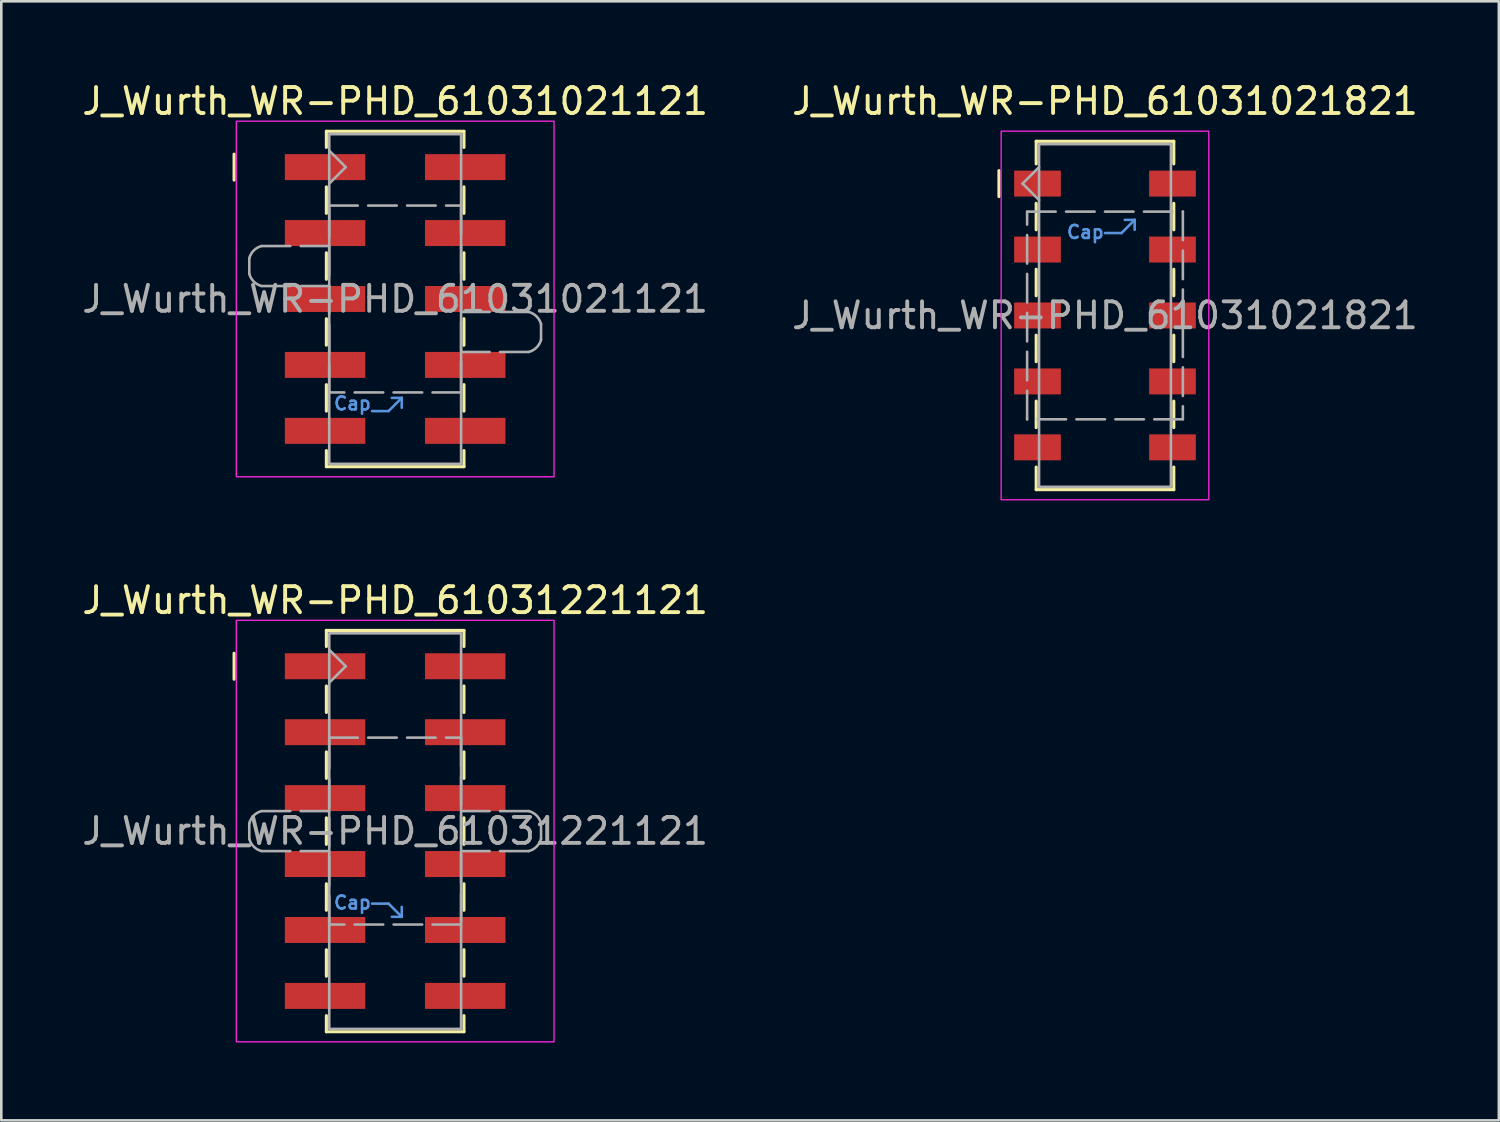
<source format=kicad_pcb>
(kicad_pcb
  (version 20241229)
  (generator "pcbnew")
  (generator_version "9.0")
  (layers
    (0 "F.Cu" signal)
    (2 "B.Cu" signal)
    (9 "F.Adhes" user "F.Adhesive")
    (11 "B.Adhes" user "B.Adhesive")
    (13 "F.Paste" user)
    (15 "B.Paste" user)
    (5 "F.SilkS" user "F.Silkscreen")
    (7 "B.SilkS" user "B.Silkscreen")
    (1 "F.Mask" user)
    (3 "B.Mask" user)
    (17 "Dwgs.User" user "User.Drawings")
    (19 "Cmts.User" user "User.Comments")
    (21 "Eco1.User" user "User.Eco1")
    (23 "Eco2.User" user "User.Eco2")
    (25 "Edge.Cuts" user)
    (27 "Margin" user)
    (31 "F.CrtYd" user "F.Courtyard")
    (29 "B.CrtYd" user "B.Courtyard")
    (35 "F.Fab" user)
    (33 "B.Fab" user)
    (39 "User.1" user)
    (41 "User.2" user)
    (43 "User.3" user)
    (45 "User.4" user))
  (footprint "J_Wurth_WR-PHD_61031021821"
    (layer "F.Cu")
    (at 39.518 9.103)
    (property "Reference" "J_Wurth_WR-PHD_61031021821" (at 0 -8.255 0) (unlocked yes) (layer "F.SilkS") (effects (font (size 1 1) (thickness 0.15))))
    (attr smd)
    (fp_line (start -4.085 -5.58) (end -4.085 -4.58) (stroke (width 0.12) (type solid)) (layer "F.SilkS"))
    (fp_line (start -2.65 -6.71) (end -2.65 -5.84) (stroke (width 0.12) (type solid)) (layer "F.SilkS"))
    (fp_line (start -2.65 -6.71) (end 2.65 -6.71) (stroke (width 0.12) (type solid)) (layer "F.SilkS"))
    (fp_line (start -2.65 -4.32) (end -2.65 -3.3) (stroke (width 0.12) (type solid)) (layer "F.SilkS"))
    (fp_line (start -2.65 -1.78) (end -2.65 -0.76) (stroke (width 0.12) (type solid)) (layer "F.SilkS"))
    (fp_line (start -2.65 0.76) (end -2.65 1.78) (stroke (width 0.12) (type solid)) (layer "F.SilkS"))
    (fp_line (start -2.65 3.3) (end -2.65 4.32) (stroke (width 0.12) (type solid)) (layer "F.SilkS"))
    (fp_line (start -2.65 5.84) (end -2.65 6.71) (stroke (width 0.12) (type solid)) (layer "F.SilkS"))
    (fp_line (start -2.65 6.71) (end 2.65 6.71) (stroke (width 0.12) (type solid)) (layer "F.SilkS"))
    (fp_line (start 2.65 -6.71) (end 2.65 -5.84) (stroke (width 0.12) (type solid)) (layer "F.SilkS"))
    (fp_line (start 2.65 -4.32) (end 2.65 -3.3) (stroke (width 0.12) (type solid)) (layer "F.SilkS"))
    (fp_line (start 2.65 -1.78) (end 2.65 -0.76) (stroke (width 0.12) (type solid)) (layer "F.SilkS"))
    (fp_line (start 2.65 0.76) (end 2.65 1.78) (stroke (width 0.12) (type solid)) (layer "F.SilkS"))
    (fp_line (start 2.65 3.3) (end 2.65 4.32) (stroke (width 0.12) (type solid)) (layer "F.SilkS"))
    (fp_line (start 2.65 5.84) (end 2.65 6.71) (stroke (width 0.12) (type solid)) (layer "F.SilkS"))
    (fp_line (start 0 -3.175) (end 0.635 -3.175) (stroke (width 0.1) (type default)) (layer "Cmts.User"))
    (fp_line (start 0.635 -3.175) (end 1.143 -3.683) (stroke (width 0.1) (type default)) (layer "Cmts.User"))
    (fp_line (start 1.143 -3.683) (end 0.762 -3.683) (stroke (width 0.1) (type default)) (layer "Cmts.User"))
    (fp_line (start 1.143 -3.683) (end 1.143 -3.302) (stroke (width 0.1) (type default)) (layer "Cmts.User"))
    (fp_rect (start -4 -7.1) (end 4 7.1) (stroke (width 0.05) (type solid)) (fill no) (layer "F.CrtYd"))
    (fp_line (start -3.175 -5.08) (end -2.54 -4.445) (stroke (width 0.1) (type default)) (layer "F.Fab"))
    (fp_line (start -2.54 -5.715) (end -3.175 -5.08) (stroke (width 0.1) (type default)) (layer "F.Fab"))
    (fp_rect (start -3 -4) (end 3 4) (stroke (width 0.1) (type dash)) (fill no) (layer "F.Fab"))
    (fp_rect (start -2.54 -6.6) (end 2.54 6.6) (stroke (width 0.1) (type solid)) (fill no) (layer "F.Fab"))
    (fp_text user "Cap" (at -1.524 -2.921 0) (unlocked yes) (layer "Cmts.User") (effects (font (size 0.5 0.5) (thickness 0.1) (bold yes)) (justify left bottom)))
    (fp_text user "${REFERENCE}" (at 0 0 0) (unlocked yes) (layer "F.Fab") (effects (font (size 1 1) (thickness 0.15))))
    (pad "1" smd rect (at -2.6 -5.08 270) (size 1 1.8) (layers "F.Cu" "F.Mask" "F.Paste"))
    (pad "2" smd rect (at 2.6 -5.08 270) (size 1 1.8) (layers "F.Cu" "F.Mask" "F.Paste"))
    (pad "3" smd rect (at -2.6 -2.54 270) (size 1 1.8) (layers "F.Cu" "F.Mask" "F.Paste"))
    (pad "4" smd rect (at 2.6 -2.54 270) (size 1 1.8) (layers "F.Cu" "F.Mask" "F.Paste"))
    (pad "5" smd rect (at -2.6 0 270) (size 1 1.8) (layers "F.Cu" "F.Mask" "F.Paste"))
    (pad "6" smd rect (at 2.6 0 270) (size 1 1.8) (layers "F.Cu" "F.Mask" "F.Paste"))
    (pad "7" smd rect (at -2.6 2.54 270) (size 1 1.8) (layers "F.Cu" "F.Mask" "F.Paste"))
    (pad "8" smd rect (at 2.6 2.54 270) (size 1 1.8) (layers "F.Cu" "F.Mask" "F.Paste"))
    (pad "9" smd rect (at -2.6 5.08 270) (size 1 1.8) (layers "F.Cu" "F.Mask" "F.Paste"))
    (pad "10" smd rect (at 2.6 5.08 270) (size 1 1.8) (layers "F.Cu" "F.Mask" "F.Paste")))
  (footprint "J_Wurth_WR-PHD_61031221121"
    (layer "F.Cu")
    (at 12.173 28.966)
    (property "Reference" "J_Wurth_WR-PHD_61031221121" (at 0 -8.89 0) (unlocked yes) (layer "F.SilkS") (effects (font (size 1 1) (thickness 0.15))))
    (attr smd)
    (fp_line (start -6.205 -6.85) (end -6.205 -5.85) (stroke (width 0.12) (type solid)) (layer "F.SilkS"))
    (fp_line (start -2.65 -7.11) (end -2.65 -7.73) (stroke (width 0.12) (type solid)) (layer "F.SilkS"))
    (fp_line (start -2.65 -5.59) (end -2.65 -4.57) (stroke (width 0.12) (type solid)) (layer "F.SilkS"))
    (fp_line (start -2.65 -3.05) (end -2.65 -2.03) (stroke (width 0.12) (type solid)) (layer "F.SilkS"))
    (fp_line (start -2.65 -0.51) (end -2.65 0.51) (stroke (width 0.12) (type solid)) (layer "F.SilkS"))
    (fp_line (start -2.65 2.03) (end -2.65 3.05) (stroke (width 0.12) (type solid)) (layer "F.SilkS"))
    (fp_line (start -2.65 4.57) (end -2.65 5.59) (stroke (width 0.12) (type solid)) (layer "F.SilkS"))
    (fp_line (start -2.65 7.11) (end -2.65 7.73) (stroke (width 0.12) (type solid)) (layer "F.SilkS"))
    (fp_line (start 2.65 -7.73) (end -2.65 -7.73) (stroke (width 0.12) (type solid)) (layer "F.SilkS"))
    (fp_line (start 2.65 -7.73) (end 2.65 -7.11) (stroke (width 0.12) (type solid)) (layer "F.SilkS"))
    (fp_line (start 2.65 -5.59) (end 2.65 -4.57) (stroke (width 0.12) (type solid)) (layer "F.SilkS"))
    (fp_line (start 2.65 -3.05) (end 2.65 -2.03) (stroke (width 0.12) (type solid)) (layer "F.SilkS"))
    (fp_line (start 2.65 -0.51) (end 2.65 0.51) (stroke (width 0.12) (type solid)) (layer "F.SilkS"))
    (fp_line (start 2.65 2.03) (end 2.65 3.05) (stroke (width 0.12) (type solid)) (layer "F.SilkS"))
    (fp_line (start 2.65 4.57) (end 2.65 5.59) (stroke (width 0.12) (type solid)) (layer "F.SilkS"))
    (fp_line (start 2.65 7.11) (end 2.65 7.73) (stroke (width 0.12) (type solid)) (layer "F.SilkS"))
    (fp_line (start 2.65 7.73) (end -2.65 7.73) (stroke (width 0.12) (type solid)) (layer "F.SilkS"))
    (fp_line (start -0.889 2.794) (end -0.254 2.794) (stroke (width 0.1) (type default)) (layer "Cmts.User"))
    (fp_line (start -0.254 2.794) (end 0.254 3.302) (stroke (width 0.1) (type default)) (layer "Cmts.User"))
    (fp_line (start 0.254 3.302) (end -0.127 3.302) (stroke (width 0.1) (type default)) (layer "Cmts.User"))
    (fp_line (start 0.254 3.302) (end 0.254 2.921) (stroke (width 0.1) (type default)) (layer "Cmts.User"))
    (fp_rect (start -6.12 -8.12) (end 6.12 8.12) (stroke (width 0.05) (type solid)) (fill no) (layer "F.CrtYd"))
    (fp_line (start -5.62 0.3) (end -5.62 -0.3) (stroke (width 0.1) (type solid)) (layer "F.Fab"))
    (fp_line (start -2.54 -6.985) (end -1.905 -6.35) (stroke (width 0.1) (type default)) (layer "F.Fab"))
    (fp_line (start -2.54 -0.77) (end -5.15 -0.77) (stroke (width 0.1) (type dash)) (layer "F.Fab"))
    (fp_line (start -2.54 0.77) (end -5.15 0.77) (stroke (width 0.1) (type dash)) (layer "F.Fab"))
    (fp_line (start -1.905 -6.35) (end -2.54 -5.715) (stroke (width 0.1) (type default)) (layer "F.Fab"))
    (fp_line (start 2.54 -0.77) (end 5.15 -0.77) (stroke (width 0.1) (type dash)) (layer "F.Fab"))
    (fp_line (start 2.54 0.77) (end 5.15 0.77) (stroke (width 0.1) (type dash)) (layer "F.Fab"))
    (fp_line (start 5.62 -0.3) (end 5.62 0.3) (stroke (width 0.1) (type solid)) (layer "F.Fab"))
    (fp_rect (start -2.54 -7.62) (end 2.54 7.62) (stroke (width 0.1) (type solid)) (fill no) (layer "F.Fab"))
    (fp_rect (start -2.54 -3.6) (end 2.54 3.6) (stroke (width 0.1) (type dash)) (fill no) (layer "F.Fab"))
    (fp_arc (start -5.62 -0.3) (mid -5.447968 -0.597968) (end -5.15 -0.770001) (stroke (width 0.1) (type default)) (layer "F.Fab"))
    (fp_arc (start -5.15 0.77) (mid -5.447968 0.597968) (end -5.620001 0.3) (stroke (width 0.1) (type default)) (layer "F.Fab"))
    (fp_arc (start 5.15 -0.77) (mid 5.447968 -0.597968) (end 5.620001 -0.3) (stroke (width 0.1) (type default)) (layer "F.Fab"))
    (fp_arc (start 5.62 0.3) (mid 5.447968 0.597968) (end 5.15 0.770001) (stroke (width 0.1) (type default)) (layer "F.Fab"))
    (fp_text user "Cap" (at -2.413 3.048 0) (unlocked yes) (layer "Cmts.User") (effects (font (size 0.5 0.5) (thickness 0.1) (bold yes)) (justify left bottom)))
    (fp_text user "${REFERENCE}" (at 0 0 0) (unlocked yes) (layer "F.Fab") (effects (font (size 1 1) (thickness 0.15))))
    (pad "1" smd rect (at -2.7 -6.35 270) (size 1 3.1) (layers "F.Cu" "F.Mask" "F.Paste"))
    (pad "2" smd rect (at 2.7 -6.35 270) (size 1 3.1) (layers "F.Cu" "F.Mask" "F.Paste"))
    (pad "3" smd rect (at -2.7 -3.81 270) (size 1 3.1) (layers "F.Cu" "F.Mask" "F.Paste"))
    (pad "4" smd rect (at 2.7 -3.81 270) (size 1 3.1) (layers "F.Cu" "F.Mask" "F.Paste"))
    (pad "5" smd rect (at -2.7 -1.27 270) (size 1 3.1) (layers "F.Cu" "F.Mask" "F.Paste"))
    (pad "6" smd rect (at 2.7 -1.27 270) (size 1 3.1) (layers "F.Cu" "F.Mask" "F.Paste"))
    (pad "7" smd rect (at -2.7 1.27 270) (size 1 3.1) (layers "F.Cu" "F.Mask" "F.Paste"))
    (pad "8" smd rect (at 2.7 1.27 270) (size 1 3.1) (layers "F.Cu" "F.Mask" "F.Paste"))
    (pad "9" smd rect (at -2.7 3.81 270) (size 1 3.1) (layers "F.Cu" "F.Mask" "F.Paste"))
    (pad "10" smd rect (at 2.7 3.81 270) (size 1 3.1) (layers "F.Cu" "F.Mask" "F.Paste"))
    (pad "11" smd rect (at -2.7 6.35 270) (size 1 3.1) (layers "F.Cu" "F.Mask" "F.Paste"))
    (pad "12" smd rect (at 2.7 6.35 270) (size 1 3.1) (layers "F.Cu" "F.Mask" "F.Paste")))
  (footprint "J_Wurth_WR-PHD_61031021121"
    (layer "F.Cu")
    (at 12.173 8.468)
    (property "Reference" "J_Wurth_WR-PHD_61031021121" (at 0 -7.62 0) (unlocked yes) (layer "F.SilkS") (effects (font (size 1 1) (thickness 0.15))))
    (attr smd)
    (fp_line (start -6.205 -5.58) (end -6.205 -4.58) (stroke (width 0.12) (type solid)) (layer "F.SilkS"))
    (fp_line (start -2.65 -5.84) (end -2.65 -6.46) (stroke (width 0.12) (type solid)) (layer "F.SilkS"))
    (fp_line (start -2.65 -4.32) (end -2.65 -3.3) (stroke (width 0.12) (type solid)) (layer "F.SilkS"))
    (fp_line (start -2.65 -1.78) (end -2.65 -0.76) (stroke (width 0.12) (type solid)) (layer "F.SilkS"))
    (fp_line (start -2.65 0.76) (end -2.65 1.78) (stroke (width 0.12) (type solid)) (layer "F.SilkS"))
    (fp_line (start -2.65 3.3) (end -2.65 4.32) (stroke (width 0.12) (type solid)) (layer "F.SilkS"))
    (fp_line (start -2.65 5.84) (end -2.65 6.46) (stroke (width 0.12) (type solid)) (layer "F.SilkS"))
    (fp_line (start 2.65 -6.46) (end -2.65 -6.46) (stroke (width 0.12) (type solid)) (layer "F.SilkS"))
    (fp_line (start 2.65 -6.46) (end 2.65 -5.84) (stroke (width 0.12) (type solid)) (layer "F.SilkS"))
    (fp_line (start 2.65 -4.32) (end 2.65 -3.3) (stroke (width 0.12) (type solid)) (layer "F.SilkS"))
    (fp_line (start 2.65 -1.78) (end 2.65 -0.76) (stroke (width 0.12) (type solid)) (layer "F.SilkS"))
    (fp_line (start 2.65 0.76) (end 2.65 1.78) (stroke (width 0.12) (type solid)) (layer "F.SilkS"))
    (fp_line (start 2.65 3.3) (end 2.65 4.32) (stroke (width 0.12) (type solid)) (layer "F.SilkS"))
    (fp_line (start 2.65 5.84) (end 2.65 6.46) (stroke (width 0.12) (type solid)) (layer "F.SilkS"))
    (fp_line (start 2.65 6.46) (end -2.65 6.46) (stroke (width 0.12) (type solid)) (layer "F.SilkS"))
    (fp_line (start -0.889 4.318) (end -0.254 4.318) (stroke (width 0.1) (type default)) (layer "Cmts.User"))
    (fp_line (start -0.254 4.318) (end 0.254 3.81) (stroke (width 0.1) (type default)) (layer "Cmts.User"))
    (fp_line (start 0.254 3.81) (end -0.127 3.81) (stroke (width 0.1) (type default)) (layer "Cmts.User"))
    (fp_line (start 0.254 3.81) (end 0.254 4.191) (stroke (width 0.1) (type default)) (layer "Cmts.User"))
    (fp_rect (start -6.12 -6.85) (end 6.12 6.85) (stroke (width 0.05) (type solid)) (fill no) (layer "F.CrtYd"))
    (fp_line (start -5.62 -0.97) (end -5.62 -1.57) (stroke (width 0.1) (type solid)) (layer "F.Fab"))
    (fp_line (start -2.54 -5.715) (end -1.905 -5.08) (stroke (width 0.1) (type default)) (layer "F.Fab"))
    (fp_line (start -2.54 -2.04) (end -5.15 -2.04) (stroke (width 0.1) (type dash)) (layer "F.Fab"))
    (fp_line (start -2.54 -0.5) (end -5.15 -0.5) (stroke (width 0.1) (type dash)) (layer "F.Fab"))
    (fp_line (start -1.905 -5.08) (end -2.54 -4.445) (stroke (width 0.1) (type default)) (layer "F.Fab"))
    (fp_line (start 2.54 0.5) (end 5.15 0.5) (stroke (width 0.1) (type dash)) (layer "F.Fab"))
    (fp_line (start 2.54 2.04) (end 5.15 2.04) (stroke (width 0.1) (type dash)) (layer "F.Fab"))
    (fp_line (start 5.62 0.97) (end 5.62 1.57) (stroke (width 0.1) (type solid)) (layer "F.Fab"))
    (fp_rect (start -2.54 -6.35) (end 2.54 6.35) (stroke (width 0.1) (type solid)) (fill no) (layer "F.Fab"))
    (fp_rect (start -2.54 -3.6) (end 2.54 3.6) (stroke (width 0.1) (type dash)) (fill no) (layer "F.Fab"))
    (fp_arc (start -5.62 -1.57) (mid -5.447968 -1.867968) (end -5.15 -2.040001) (stroke (width 0.1) (type default)) (layer "F.Fab"))
    (fp_arc (start -5.15 -0.5) (mid -5.447968 -0.672032) (end -5.620001 -0.97) (stroke (width 0.1) (type default)) (layer "F.Fab"))
    (fp_arc (start 5.15 0.5) (mid 5.447968 0.672032) (end 5.620001 0.97) (stroke (width 0.1) (type default)) (layer "F.Fab"))
    (fp_arc (start 5.62 1.57) (mid 5.447968 1.867968) (end 5.15 2.040001) (stroke (width 0.1) (type default)) (layer "F.Fab"))
    (fp_text user "Cap" (at -2.413 4.318 0) (unlocked yes) (layer "Cmts.User") (effects (font (size 0.5 0.5) (thickness 0.1) (bold yes)) (justify left bottom)))
    (fp_text user "${REFERENCE}" (at 0 0 0) (unlocked yes) (layer "F.Fab") (effects (font (size 1 1) (thickness 0.15))))
    (pad "1" smd rect (at -2.7 -5.08 270) (size 1 3.1) (layers "F.Cu" "F.Mask" "F.Paste"))
    (pad "2" smd rect (at 2.7 -5.08 270) (size 1 3.1) (layers "F.Cu" "F.Mask" "F.Paste"))
    (pad "3" smd rect (at -2.7 -2.54 270) (size 1 3.1) (layers "F.Cu" "F.Mask" "F.Paste"))
    (pad "4" smd rect (at 2.7 -2.54 270) (size 1 3.1) (layers "F.Cu" "F.Mask" "F.Paste"))
    (pad "5" smd rect (at -2.7 0 270) (size 1 3.1) (layers "F.Cu" "F.Mask" "F.Paste"))
    (pad "6" smd rect (at 2.7 0 270) (size 1 3.1) (layers "F.Cu" "F.Mask" "F.Paste"))
    (pad "7" smd rect (at -2.7 2.54 270) (size 1 3.1) (layers "F.Cu" "F.Mask" "F.Paste"))
    (pad "8" smd rect (at 2.7 2.54 270) (size 1 3.1) (layers "F.Cu" "F.Mask" "F.Paste"))
    (pad "9" smd rect (at -2.7 5.08 270) (size 1 3.1) (layers "F.Cu" "F.Mask" "F.Paste"))
    (pad "10" smd rect (at 2.7 5.08 270) (size 1 3.1) (layers "F.Cu" "F.Mask" "F.Paste")))
  (gr_rect
    (start -3 -3)
    (end 54.69 40.111)
    (stroke (width 0.1) (type default))
    (fill no)
    (layer "Edge.Cuts")))
</source>
